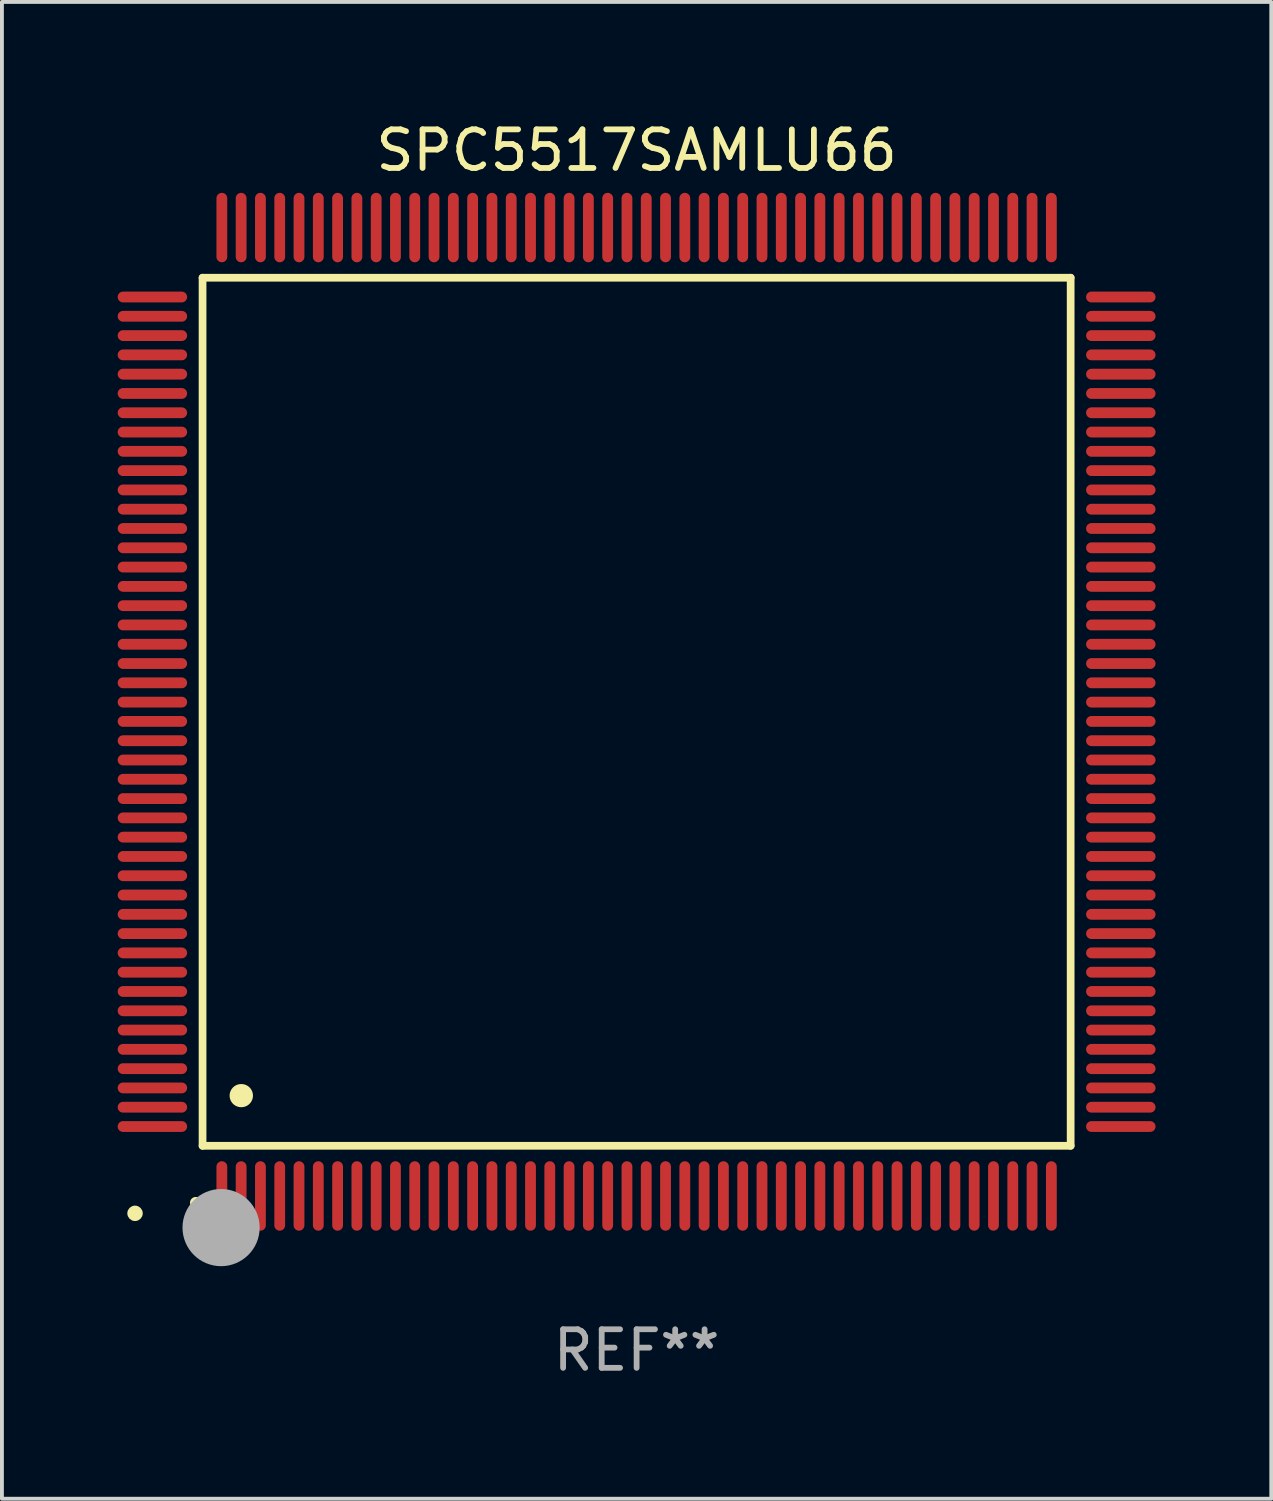
<source format=kicad_pcb>
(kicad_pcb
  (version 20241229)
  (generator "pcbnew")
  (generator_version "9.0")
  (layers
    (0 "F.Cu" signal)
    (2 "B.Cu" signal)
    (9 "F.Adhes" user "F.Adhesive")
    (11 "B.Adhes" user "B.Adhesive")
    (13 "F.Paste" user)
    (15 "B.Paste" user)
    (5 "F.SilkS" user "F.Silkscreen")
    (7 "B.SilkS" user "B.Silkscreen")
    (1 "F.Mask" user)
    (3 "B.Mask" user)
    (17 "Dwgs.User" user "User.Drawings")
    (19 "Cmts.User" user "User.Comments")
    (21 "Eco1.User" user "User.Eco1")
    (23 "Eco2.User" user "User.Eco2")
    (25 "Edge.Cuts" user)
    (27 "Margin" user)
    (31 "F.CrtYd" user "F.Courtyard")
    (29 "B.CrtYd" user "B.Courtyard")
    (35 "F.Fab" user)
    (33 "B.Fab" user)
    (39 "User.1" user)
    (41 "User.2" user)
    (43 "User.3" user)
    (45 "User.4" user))
  (footprint "SPC5517SAMLU66"
    (layer "F.Cu")
    (at 13.45 15.398)
    (property "Reference" "SPC5517SAMLU66" (at 0 -14.55 0) (layer "F.SilkS") (effects (font (size 1 1) (thickness 0.15))))
    (attr through_hole)
    (fp_line (start -11.25 -11.25) (end 11.25 -11.25) (stroke (width 0.2) (type solid)) (layer "F.SilkS"))
    (fp_line (start -11.25 11.25) (end -11.25 -11.25) (stroke (width 0.2) (type solid)) (layer "F.SilkS"))
    (fp_line (start 11.25 -11.25) (end 11.25 11.25) (stroke (width 0.2) (type solid)) (layer "F.SilkS"))
    (fp_line (start 11.25 11.25) (end -11.25 11.25) (stroke (width 0.2) (type solid)) (layer "F.SilkS"))
    (fp_arc (start -11.424943 12.725425) (mid -11.423673 12.72542) (end -11.422403 12.725425) (stroke (width 0.3) (type solid)) (layer "F.SilkS"))
    (fp_arc (start -10.24892 9.9492) (mid -10.24638 9.949189) (end -10.24384 9.9492) (stroke (width 0.6) (type solid)) (layer "F.SilkS"))
    (fp_circle (center -13 13) (end -12.9 13) (stroke (width 0.2) (type solid)) (fill no) (layer "F.SilkS"))
    (fp_circle (center -10.77 13.37) (end -10.27 13.37) (stroke (width 1) (type solid)) (fill no) (layer "F.Fab"))
    (fp_text user "REF**" (at 0 16.55 0) (layer "F.Fab") (effects (font (size 1 1) (thickness 0.15))))
    (pad "1" smd oval (at -10.75 12.55) (size 0.28 1.8) (layers "F.Cu" "F.Mask" "F.Paste"))
    (pad "2" smd oval (at -10.25 12.55) (size 0.28 1.8) (layers "F.Cu" "F.Mask" "F.Paste"))
    (pad "3" smd oval (at -9.75 12.55) (size 0.28 1.8) (layers "F.Cu" "F.Mask" "F.Paste"))
    (pad "4" smd oval (at -9.25 12.55) (size 0.28 1.8) (layers "F.Cu" "F.Mask" "F.Paste"))
    (pad "5" smd oval (at -8.75 12.55) (size 0.28 1.8) (layers "F.Cu" "F.Mask" "F.Paste"))
    (pad "6" smd oval (at -8.25 12.55) (size 0.28 1.8) (layers "F.Cu" "F.Mask" "F.Paste"))
    (pad "7" smd oval (at -7.75 12.55) (size 0.28 1.8) (layers "F.Cu" "F.Mask" "F.Paste"))
    (pad "8" smd oval (at -7.25 12.55) (size 0.28 1.8) (layers "F.Cu" "F.Mask" "F.Paste"))
    (pad "9" smd oval (at -6.75 12.55) (size 0.28 1.8) (layers "F.Cu" "F.Mask" "F.Paste"))
    (pad "10" smd oval (at -6.25 12.55) (size 0.28 1.8) (layers "F.Cu" "F.Mask" "F.Paste"))
    (pad "11" smd oval (at -5.75 12.55) (size 0.28 1.8) (layers "F.Cu" "F.Mask" "F.Paste"))
    (pad "12" smd oval (at -5.25 12.55) (size 0.28 1.8) (layers "F.Cu" "F.Mask" "F.Paste"))
    (pad "13" smd oval (at -4.75 12.55) (size 0.28 1.8) (layers "F.Cu" "F.Mask" "F.Paste"))
    (pad "14" smd oval (at -4.25 12.55) (size 0.28 1.8) (layers "F.Cu" "F.Mask" "F.Paste"))
    (pad "15" smd oval (at -3.75 12.55) (size 0.28 1.8) (layers "F.Cu" "F.Mask" "F.Paste"))
    (pad "16" smd oval (at -3.25 12.55) (size 0.28 1.8) (layers "F.Cu" "F.Mask" "F.Paste"))
    (pad "17" smd oval (at -2.75 12.55) (size 0.28 1.8) (layers "F.Cu" "F.Mask" "F.Paste"))
    (pad "18" smd oval (at -2.25 12.55) (size 0.28 1.8) (layers "F.Cu" "F.Mask" "F.Paste"))
    (pad "19" smd oval (at -1.75 12.55) (size 0.28 1.8) (layers "F.Cu" "F.Mask" "F.Paste"))
    (pad "20" smd oval (at -1.25 12.55) (size 0.28 1.8) (layers "F.Cu" "F.Mask" "F.Paste"))
    (pad "21" smd oval (at -0.75 12.55) (size 0.28 1.8) (layers "F.Cu" "F.Mask" "F.Paste"))
    (pad "22" smd oval (at -0.25 12.55) (size 0.28 1.8) (layers "F.Cu" "F.Mask" "F.Paste"))
    (pad "23" smd oval (at 0.25 12.55) (size 0.28 1.8) (layers "F.Cu" "F.Mask" "F.Paste"))
    (pad "24" smd oval (at 0.75 12.55) (size 0.28 1.8) (layers "F.Cu" "F.Mask" "F.Paste"))
    (pad "25" smd oval (at 1.25 12.55) (size 0.28 1.8) (layers "F.Cu" "F.Mask" "F.Paste"))
    (pad "26" smd oval (at 1.75 12.55) (size 0.28 1.8) (layers "F.Cu" "F.Mask" "F.Paste"))
    (pad "27" smd oval (at 2.25 12.55) (size 0.28 1.8) (layers "F.Cu" "F.Mask" "F.Paste"))
    (pad "28" smd oval (at 2.75 12.55) (size 0.28 1.8) (layers "F.Cu" "F.Mask" "F.Paste"))
    (pad "29" smd oval (at 3.25 12.55) (size 0.28 1.8) (layers "F.Cu" "F.Mask" "F.Paste"))
    (pad "30" smd oval (at 3.75 12.55) (size 0.28 1.8) (layers "F.Cu" "F.Mask" "F.Paste"))
    (pad "31" smd oval (at 4.25 12.55) (size 0.28 1.8) (layers "F.Cu" "F.Mask" "F.Paste"))
    (pad "32" smd oval (at 4.75 12.55) (size 0.28 1.8) (layers "F.Cu" "F.Mask" "F.Paste"))
    (pad "33" smd oval (at 5.25 12.55) (size 0.28 1.8) (layers "F.Cu" "F.Mask" "F.Paste"))
    (pad "34" smd oval (at 5.75 12.55) (size 0.28 1.8) (layers "F.Cu" "F.Mask" "F.Paste"))
    (pad "35" smd oval (at 6.25 12.55) (size 0.28 1.8) (layers "F.Cu" "F.Mask" "F.Paste"))
    (pad "36" smd oval (at 6.75 12.55) (size 0.28 1.8) (layers "F.Cu" "F.Mask" "F.Paste"))
    (pad "37" smd oval (at 7.25 12.55) (size 0.28 1.8) (layers "F.Cu" "F.Mask" "F.Paste"))
    (pad "38" smd oval (at 7.75 12.55) (size 0.28 1.8) (layers "F.Cu" "F.Mask" "F.Paste"))
    (pad "39" smd oval (at 8.25 12.55) (size 0.28 1.8) (layers "F.Cu" "F.Mask" "F.Paste"))
    (pad "40" smd oval (at 8.75 12.55) (size 0.28 1.8) (layers "F.Cu" "F.Mask" "F.Paste"))
    (pad "41" smd oval (at 9.25 12.55) (size 0.28 1.8) (layers "F.Cu" "F.Mask" "F.Paste"))
    (pad "42" smd oval (at 9.75 12.55) (size 0.28 1.8) (layers "F.Cu" "F.Mask" "F.Paste"))
    (pad "43" smd oval (at 10.25 12.55) (size 0.28 1.8) (layers "F.Cu" "F.Mask" "F.Paste"))
    (pad "44" smd oval (at 10.75 12.55) (size 0.28 1.8) (layers "F.Cu" "F.Mask" "F.Paste"))
    (pad "45" smd oval (at 12.55 10.75) (size 1.8 0.28) (layers "F.Cu" "F.Mask" "F.Paste"))
    (pad "46" smd oval (at 12.55 10.25) (size 1.8 0.28) (layers "F.Cu" "F.Mask" "F.Paste"))
    (pad "47" smd oval (at 12.55 9.75) (size 1.8 0.28) (layers "F.Cu" "F.Mask" "F.Paste"))
    (pad "48" smd oval (at 12.55 9.25) (size 1.8 0.28) (layers "F.Cu" "F.Mask" "F.Paste"))
    (pad "49" smd oval (at 12.55 8.75) (size 1.8 0.28) (layers "F.Cu" "F.Mask" "F.Paste"))
    (pad "50" smd oval (at 12.55 8.25) (size 1.8 0.28) (layers "F.Cu" "F.Mask" "F.Paste"))
    (pad "51" smd oval (at 12.55 7.75) (size 1.8 0.28) (layers "F.Cu" "F.Mask" "F.Paste"))
    (pad "52" smd oval (at 12.55 7.25) (size 1.8 0.28) (layers "F.Cu" "F.Mask" "F.Paste"))
    (pad "53" smd oval (at 12.55 6.75) (size 1.8 0.28) (layers "F.Cu" "F.Mask" "F.Paste"))
    (pad "54" smd oval (at 12.55 6.25) (size 1.8 0.28) (layers "F.Cu" "F.Mask" "F.Paste"))
    (pad "55" smd oval (at 12.55 5.75) (size 1.8 0.28) (layers "F.Cu" "F.Mask" "F.Paste"))
    (pad "56" smd oval (at 12.55 5.25) (size 1.8 0.28) (layers "F.Cu" "F.Mask" "F.Paste"))
    (pad "57" smd oval (at 12.55 4.75) (size 1.8 0.28) (layers "F.Cu" "F.Mask" "F.Paste"))
    (pad "58" smd oval (at 12.55 4.25) (size 1.8 0.28) (layers "F.Cu" "F.Mask" "F.Paste"))
    (pad "59" smd oval (at 12.55 3.75) (size 1.8 0.28) (layers "F.Cu" "F.Mask" "F.Paste"))
    (pad "60" smd oval (at 12.55 3.25) (size 1.8 0.28) (layers "F.Cu" "F.Mask" "F.Paste"))
    (pad "61" smd oval (at 12.55 2.75) (size 1.8 0.28) (layers "F.Cu" "F.Mask" "F.Paste"))
    (pad "62" smd oval (at 12.55 2.25) (size 1.8 0.28) (layers "F.Cu" "F.Mask" "F.Paste"))
    (pad "63" smd oval (at 12.55 1.75) (size 1.8 0.28) (layers "F.Cu" "F.Mask" "F.Paste"))
    (pad "64" smd oval (at 12.55 1.25) (size 1.8 0.28) (layers "F.Cu" "F.Mask" "F.Paste"))
    (pad "65" smd oval (at 12.55 0.75) (size 1.8 0.28) (layers "F.Cu" "F.Mask" "F.Paste"))
    (pad "66" smd oval (at 12.55 0.25) (size 1.8 0.28) (layers "F.Cu" "F.Mask" "F.Paste"))
    (pad "67" smd oval (at 12.55 -0.25) (size 1.8 0.28) (layers "F.Cu" "F.Mask" "F.Paste"))
    (pad "68" smd oval (at 12.55 -0.75) (size 1.8 0.28) (layers "F.Cu" "F.Mask" "F.Paste"))
    (pad "69" smd oval (at 12.55 -1.25) (size 1.8 0.28) (layers "F.Cu" "F.Mask" "F.Paste"))
    (pad "70" smd oval (at 12.55 -1.75) (size 1.8 0.28) (layers "F.Cu" "F.Mask" "F.Paste"))
    (pad "71" smd oval (at 12.55 -2.25) (size 1.8 0.28) (layers "F.Cu" "F.Mask" "F.Paste"))
    (pad "72" smd oval (at 12.55 -2.75) (size 1.8 0.28) (layers "F.Cu" "F.Mask" "F.Paste"))
    (pad "73" smd oval (at 12.55 -3.25) (size 1.8 0.28) (layers "F.Cu" "F.Mask" "F.Paste"))
    (pad "74" smd oval (at 12.55 -3.75) (size 1.8 0.28) (layers "F.Cu" "F.Mask" "F.Paste"))
    (pad "75" smd oval (at 12.55 -4.25) (size 1.8 0.28) (layers "F.Cu" "F.Mask" "F.Paste"))
    (pad "76" smd oval (at 12.55 -4.75) (size 1.8 0.28) (layers "F.Cu" "F.Mask" "F.Paste"))
    (pad "77" smd oval (at 12.55 -5.25) (size 1.8 0.28) (layers "F.Cu" "F.Mask" "F.Paste"))
    (pad "78" smd oval (at 12.55 -5.75) (size 1.8 0.28) (layers "F.Cu" "F.Mask" "F.Paste"))
    (pad "79" smd oval (at 12.55 -6.25) (size 1.8 0.28) (layers "F.Cu" "F.Mask" "F.Paste"))
    (pad "80" smd oval (at 12.55 -6.75) (size 1.8 0.28) (layers "F.Cu" "F.Mask" "F.Paste"))
    (pad "81" smd oval (at 12.55 -7.25) (size 1.8 0.28) (layers "F.Cu" "F.Mask" "F.Paste"))
    (pad "82" smd oval (at 12.55 -7.75) (size 1.8 0.28) (layers "F.Cu" "F.Mask" "F.Paste"))
    (pad "83" smd oval (at 12.55 -8.25) (size 1.8 0.28) (layers "F.Cu" "F.Mask" "F.Paste"))
    (pad "84" smd oval (at 12.55 -8.75) (size 1.8 0.28) (layers "F.Cu" "F.Mask" "F.Paste"))
    (pad "85" smd oval (at 12.55 -9.25) (size 1.8 0.28) (layers "F.Cu" "F.Mask" "F.Paste"))
    (pad "86" smd oval (at 12.55 -9.75) (size 1.8 0.28) (layers "F.Cu" "F.Mask" "F.Paste"))
    (pad "87" smd oval (at 12.55 -10.25) (size 1.8 0.28) (layers "F.Cu" "F.Mask" "F.Paste"))
    (pad "88" smd oval (at 12.55 -10.75) (size 1.8 0.28) (layers "F.Cu" "F.Mask" "F.Paste"))
    (pad "89" smd oval (at 10.75 -12.55) (size 0.28 1.8) (layers "F.Cu" "F.Mask" "F.Paste"))
    (pad "90" smd oval (at 10.25 -12.55) (size 0.28 1.8) (layers "F.Cu" "F.Mask" "F.Paste"))
    (pad "91" smd oval (at 9.75 -12.55) (size 0.28 1.8) (layers "F.Cu" "F.Mask" "F.Paste"))
    (pad "92" smd oval (at 9.25 -12.55) (size 0.28 1.8) (layers "F.Cu" "F.Mask" "F.Paste"))
    (pad "93" smd oval (at 8.75 -12.55) (size 0.28 1.8) (layers "F.Cu" "F.Mask" "F.Paste"))
    (pad "94" smd oval (at 8.25 -12.55) (size 0.28 1.8) (layers "F.Cu" "F.Mask" "F.Paste"))
    (pad "95" smd oval (at 7.75 -12.55) (size 0.28 1.8) (layers "F.Cu" "F.Mask" "F.Paste"))
    (pad "96" smd oval (at 7.25 -12.55) (size 0.28 1.8) (layers "F.Cu" "F.Mask" "F.Paste"))
    (pad "97" smd oval (at 6.75 -12.55) (size 0.28 1.8) (layers "F.Cu" "F.Mask" "F.Paste"))
    (pad "98" smd oval (at 6.25 -12.55) (size 0.28 1.8) (layers "F.Cu" "F.Mask" "F.Paste"))
    (pad "99" smd oval (at 5.75 -12.55) (size 0.28 1.8) (layers "F.Cu" "F.Mask" "F.Paste"))
    (pad "100" smd oval (at 5.25 -12.55) (size 0.28 1.8) (layers "F.Cu" "F.Mask" "F.Paste"))
    (pad "101" smd oval (at 4.75 -12.55) (size 0.28 1.8) (layers "F.Cu" "F.Mask" "F.Paste"))
    (pad "102" smd oval (at 4.25 -12.55) (size 0.28 1.8) (layers "F.Cu" "F.Mask" "F.Paste"))
    (pad "103" smd oval (at 3.75 -12.55) (size 0.28 1.8) (layers "F.Cu" "F.Mask" "F.Paste"))
    (pad "104" smd oval (at 3.25 -12.55) (size 0.28 1.8) (layers "F.Cu" "F.Mask" "F.Paste"))
    (pad "105" smd oval (at 2.75 -12.55) (size 0.28 1.8) (layers "F.Cu" "F.Mask" "F.Paste"))
    (pad "106" smd oval (at 2.25 -12.55) (size 0.28 1.8) (layers "F.Cu" "F.Mask" "F.Paste"))
    (pad "107" smd oval (at 1.75 -12.55) (size 0.28 1.8) (layers "F.Cu" "F.Mask" "F.Paste"))
    (pad "108" smd oval (at 1.25 -12.55) (size 0.28 1.8) (layers "F.Cu" "F.Mask" "F.Paste"))
    (pad "109" smd oval (at 0.75 -12.55) (size 0.28 1.8) (layers "F.Cu" "F.Mask" "F.Paste"))
    (pad "110" smd oval (at 0.25 -12.55) (size 0.28 1.8) (layers "F.Cu" "F.Mask" "F.Paste"))
    (pad "111" smd oval (at -0.25 -12.55) (size 0.28 1.8) (layers "F.Cu" "F.Mask" "F.Paste"))
    (pad "112" smd oval (at -0.75 -12.55) (size 0.28 1.8) (layers "F.Cu" "F.Mask" "F.Paste"))
    (pad "113" smd oval (at -1.25 -12.55) (size 0.28 1.8) (layers "F.Cu" "F.Mask" "F.Paste"))
    (pad "114" smd oval (at -1.75 -12.55) (size 0.28 1.8) (layers "F.Cu" "F.Mask" "F.Paste"))
    (pad "115" smd oval (at -2.25 -12.55) (size 0.28 1.8) (layers "F.Cu" "F.Mask" "F.Paste"))
    (pad "116" smd oval (at -2.75 -12.55) (size 0.28 1.8) (layers "F.Cu" "F.Mask" "F.Paste"))
    (pad "117" smd oval (at -3.25 -12.55) (size 0.28 1.8) (layers "F.Cu" "F.Mask" "F.Paste"))
    (pad "118" smd oval (at -3.75 -12.55) (size 0.28 1.8) (layers "F.Cu" "F.Mask" "F.Paste"))
    (pad "119" smd oval (at -4.25 -12.55) (size 0.28 1.8) (layers "F.Cu" "F.Mask" "F.Paste"))
    (pad "120" smd oval (at -4.75 -12.55) (size 0.28 1.8) (layers "F.Cu" "F.Mask" "F.Paste"))
    (pad "121" smd oval (at -5.25 -12.55) (size 0.28 1.8) (layers "F.Cu" "F.Mask" "F.Paste"))
    (pad "122" smd oval (at -5.75 -12.55) (size 0.28 1.8) (layers "F.Cu" "F.Mask" "F.Paste"))
    (pad "123" smd oval (at -6.25 -12.55) (size 0.28 1.8) (layers "F.Cu" "F.Mask" "F.Paste"))
    (pad "124" smd oval (at -6.75 -12.55) (size 0.28 1.8) (layers "F.Cu" "F.Mask" "F.Paste"))
    (pad "125" smd oval (at -7.25 -12.55) (size 0.28 1.8) (layers "F.Cu" "F.Mask" "F.Paste"))
    (pad "126" smd oval (at -7.75 -12.55) (size 0.28 1.8) (layers "F.Cu" "F.Mask" "F.Paste"))
    (pad "127" smd oval (at -8.25 -12.55) (size 0.28 1.8) (layers "F.Cu" "F.Mask" "F.Paste"))
    (pad "128" smd oval (at -8.75 -12.55) (size 0.28 1.8) (layers "F.Cu" "F.Mask" "F.Paste"))
    (pad "129" smd oval (at -9.25 -12.55) (size 0.28 1.8) (layers "F.Cu" "F.Mask" "F.Paste"))
    (pad "130" smd oval (at -9.75 -12.55) (size 0.28 1.8) (layers "F.Cu" "F.Mask" "F.Paste"))
    (pad "131" smd oval (at -10.25 -12.55) (size 0.28 1.8) (layers "F.Cu" "F.Mask" "F.Paste"))
    (pad "132" smd oval (at -10.75 -12.55) (size 0.28 1.8) (layers "F.Cu" "F.Mask" "F.Paste"))
    (pad "133" smd oval (at -12.55 -10.75) (size 1.8 0.28) (layers "F.Cu" "F.Mask" "F.Paste"))
    (pad "134" smd oval (at -12.55 -10.25) (size 1.8 0.28) (layers "F.Cu" "F.Mask" "F.Paste"))
    (pad "135" smd oval (at -12.55 -9.75) (size 1.8 0.28) (layers "F.Cu" "F.Mask" "F.Paste"))
    (pad "136" smd oval (at -12.55 -9.25) (size 1.8 0.28) (layers "F.Cu" "F.Mask" "F.Paste"))
    (pad "137" smd oval (at -12.55 -8.75) (size 1.8 0.28) (layers "F.Cu" "F.Mask" "F.Paste"))
    (pad "138" smd oval (at -12.55 -8.25) (size 1.8 0.28) (layers "F.Cu" "F.Mask" "F.Paste"))
    (pad "139" smd oval (at -12.55 -7.75) (size 1.8 0.28) (layers "F.Cu" "F.Mask" "F.Paste"))
    (pad "140" smd oval (at -12.55 -7.25) (size 1.8 0.28) (layers "F.Cu" "F.Mask" "F.Paste"))
    (pad "141" smd oval (at -12.55 -6.75) (size 1.8 0.28) (layers "F.Cu" "F.Mask" "F.Paste"))
    (pad "142" smd oval (at -12.55 -6.25) (size 1.8 0.28) (layers "F.Cu" "F.Mask" "F.Paste"))
    (pad "143" smd oval (at -12.55 -5.75) (size 1.8 0.28) (layers "F.Cu" "F.Mask" "F.Paste"))
    (pad "144" smd oval (at -12.55 -5.25) (size 1.8 0.28) (layers "F.Cu" "F.Mask" "F.Paste"))
    (pad "145" smd oval (at -12.55 -4.75) (size 1.8 0.28) (layers "F.Cu" "F.Mask" "F.Paste"))
    (pad "146" smd oval (at -12.55 -4.25) (size 1.8 0.28) (layers "F.Cu" "F.Mask" "F.Paste"))
    (pad "147" smd oval (at -12.55 -3.75) (size 1.8 0.28) (layers "F.Cu" "F.Mask" "F.Paste"))
    (pad "148" smd oval (at -12.55 -3.25) (size 1.8 0.28) (layers "F.Cu" "F.Mask" "F.Paste"))
    (pad "149" smd oval (at -12.55 -2.75) (size 1.8 0.28) (layers "F.Cu" "F.Mask" "F.Paste"))
    (pad "150" smd oval (at -12.55 -2.25) (size 1.8 0.28) (layers "F.Cu" "F.Mask" "F.Paste"))
    (pad "151" smd oval (at -12.55 -1.75) (size 1.8 0.28) (layers "F.Cu" "F.Mask" "F.Paste"))
    (pad "152" smd oval (at -12.55 -1.25) (size 1.8 0.28) (layers "F.Cu" "F.Mask" "F.Paste"))
    (pad "153" smd oval (at -12.55 -0.75) (size 1.8 0.28) (layers "F.Cu" "F.Mask" "F.Paste"))
    (pad "154" smd oval (at -12.55 -0.25) (size 1.8 0.28) (layers "F.Cu" "F.Mask" "F.Paste"))
    (pad "155" smd oval (at -12.55 0.25) (size 1.8 0.28) (layers "F.Cu" "F.Mask" "F.Paste"))
    (pad "156" smd oval (at -12.55 0.75) (size 1.8 0.28) (layers "F.Cu" "F.Mask" "F.Paste"))
    (pad "157" smd oval (at -12.55 1.25) (size 1.8 0.28) (layers "F.Cu" "F.Mask" "F.Paste"))
    (pad "158" smd oval (at -12.55 1.75) (size 1.8 0.28) (layers "F.Cu" "F.Mask" "F.Paste"))
    (pad "159" smd oval (at -12.55 2.25) (size 1.8 0.28) (layers "F.Cu" "F.Mask" "F.Paste"))
    (pad "160" smd oval (at -12.55 2.75) (size 1.8 0.28) (layers "F.Cu" "F.Mask" "F.Paste"))
    (pad "161" smd oval (at -12.55 3.25) (size 1.8 0.28) (layers "F.Cu" "F.Mask" "F.Paste"))
    (pad "162" smd oval (at -12.55 3.75) (size 1.8 0.28) (layers "F.Cu" "F.Mask" "F.Paste"))
    (pad "163" smd oval (at -12.55 4.25) (size 1.8 0.28) (layers "F.Cu" "F.Mask" "F.Paste"))
    (pad "164" smd oval (at -12.55 4.75) (size 1.8 0.28) (layers "F.Cu" "F.Mask" "F.Paste"))
    (pad "165" smd oval (at -12.55 5.25) (size 1.8 0.28) (layers "F.Cu" "F.Mask" "F.Paste"))
    (pad "166" smd oval (at -12.55 5.75) (size 1.8 0.28) (layers "F.Cu" "F.Mask" "F.Paste"))
    (pad "167" smd oval (at -12.55 6.25) (size 1.8 0.28) (layers "F.Cu" "F.Mask" "F.Paste"))
    (pad "168" smd oval (at -12.55 6.75) (size 1.8 0.28) (layers "F.Cu" "F.Mask" "F.Paste"))
    (pad "169" smd oval (at -12.55 7.25) (size 1.8 0.28) (layers "F.Cu" "F.Mask" "F.Paste"))
    (pad "170" smd oval (at -12.55 7.75) (size 1.8 0.28) (layers "F.Cu" "F.Mask" "F.Paste"))
    (pad "171" smd oval (at -12.55 8.25) (size 1.8 0.28) (layers "F.Cu" "F.Mask" "F.Paste"))
    (pad "172" smd oval (at -12.55 8.75) (size 1.8 0.28) (layers "F.Cu" "F.Mask" "F.Paste"))
    (pad "173" smd oval (at -12.55 9.25) (size 1.8 0.28) (layers "F.Cu" "F.Mask" "F.Paste"))
    (pad "174" smd oval (at -12.55 9.75) (size 1.8 0.28) (layers "F.Cu" "F.Mask" "F.Paste"))
    (pad "175" smd oval (at -12.55 10.25) (size 1.8 0.28) (layers "F.Cu" "F.Mask" "F.Paste"))
    (pad "176" smd oval (at -12.55 10.75) (size 1.8 0.28) (layers "F.Cu" "F.Mask" "F.Paste")))
  (gr_rect
    (start -3 -3)
    (end 29.9 35.796)
    (stroke (width 0.1) (type default))
    (fill no)
    (layer "Edge.Cuts")))
</source>
